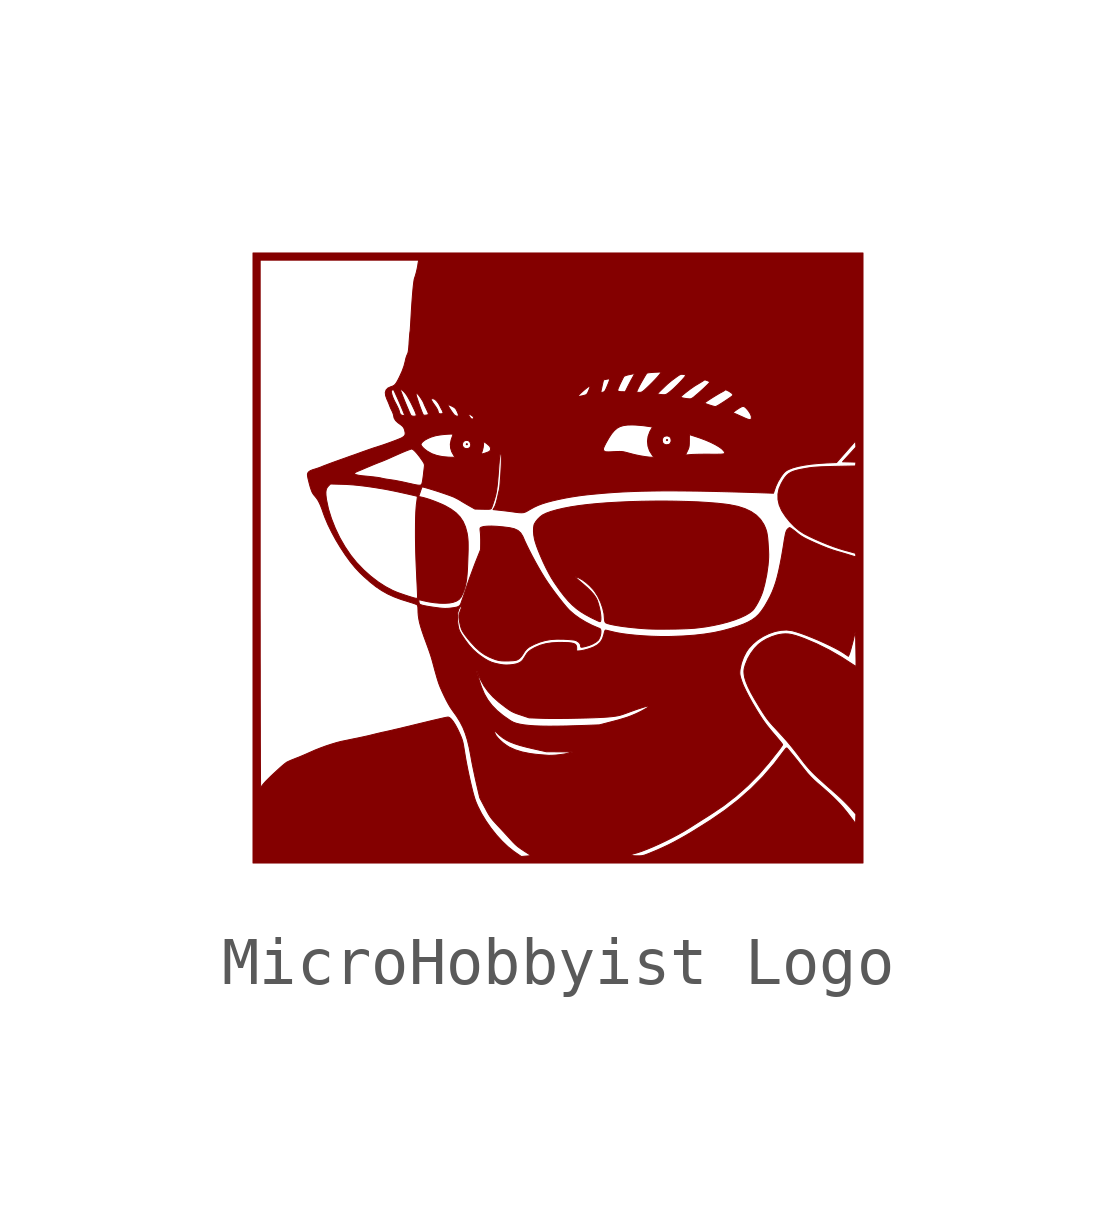
<source format=kicad_sym>
(kicad_symbol_lib
  (version 20220914)
  (generator kicad_symbol_editor)
  (symbol "MicroHobbyist Logo"
    (pin_names
      (offset 1.016))
    (property "Reference" "#G"
      (at 0 5.715 0)
      (effects (font (size 1.27 1.27)) hide))
    (symbol "MicroHobbyist Logo_0_0"
      (polyline (pts (xy -1.895 2.357) (xy -1.885 2.369) (xy -1.886 2.372) (xy -1.898 2.381) (xy -1.901 2.381) (xy -1.91 2.369) (xy -1.91 2.366) (xy -1.898 2.357) (xy -1.895 2.357)) (stroke (width 0.01) (type default)) (fill (type outline)))
      (polyline (pts (xy 2.272 2.444) (xy 2.282 2.456) (xy 2.282 2.459) (xy 2.27 2.468) (xy 2.267 2.468) (xy 2.257 2.456) (xy 2.257 2.453) (xy 2.27 2.443) (xy 2.272 2.444)) (stroke (width 0.01) (type default)) (fill (type outline)))
      (polyline (pts (xy 2.314 -1.481) (xy 2.438 -1.48) (xy 2.558 -1.477) (xy 2.668 -1.473) (xy 2.764 -1.468) (xy 2.84 -1.463) (xy 2.906 -1.456) (xy 3.073 -1.435) (xy 3.236 -1.406) (xy 3.393 -1.372) (xy 3.541 -1.333) (xy 3.677 -1.29) (xy 3.799 -1.243) (xy 3.904 -1.194) (xy 3.99 -1.143) (xy 4.054 -1.092) (xy 4.082 -1.058) (xy 4.122 -0.999) (xy 4.164 -0.926) (xy 4.204 -0.846) (xy 4.239 -0.765) (xy 4.266 -0.689) (xy 4.305 -0.544) (xy 4.346 -0.348) (xy 4.374 -0.15) (xy 4.375 -0.136) (xy 4.382 -0.059) (xy 4.386 0.009) (xy 4.387 0.077) (xy 4.384 0.152) (xy 4.379 0.244) (xy 4.373 0.338) (xy 4.366 0.419) (xy 4.357 0.485) (xy 4.347 0.539) (xy 4.333 0.587) (xy 4.316 0.633) (xy 4.294 0.682) (xy 4.284 0.703) (xy 4.217 0.804) (xy 4.13 0.892) (xy 4.021 0.967) (xy 3.892 1.028) (xy 3.742 1.076) (xy 3.572 1.11) (xy 3.487 1.122) (xy 3.315 1.141) (xy 3.123 1.156) (xy 2.914 1.169) (xy 2.692 1.177) (xy 2.459 1.183) (xy 2.22 1.186) (xy 1.976 1.185) (xy 1.731 1.181) (xy 1.489 1.174) (xy 1.252 1.163) (xy 1.024 1.15) (xy 0.807 1.133) (xy 0.605 1.113) (xy 0.422 1.09) (xy 0.261 1.065) (xy 0.11 1.036) (xy -0.026 1.004) (xy -0.145 0.97) (xy -0.243 0.935) (xy -0.318 0.898) (xy -0.325 0.894) (xy -0.373 0.857) (xy -0.423 0.808) (xy -0.465 0.755) (xy -0.493 0.707) (xy -0.5 0.687) (xy -0.509 0.629) (xy -0.511 0.558) (xy -0.505 0.479) (xy -0.491 0.398) (xy -0.477 0.343) (xy -0.447 0.25) (xy -0.407 0.144) (xy -0.359 0.029) (xy -0.307 -0.089) (xy -0.251 -0.206) (xy -0.193 -0.317) (xy -0.137 -0.417) (xy -0.083 -0.502) (xy -0.045 -0.558) (xy 0.047 -0.689) (xy 0.133 -0.8) (xy 0.215 -0.896) (xy 0.297 -0.979) (xy 0.381 -1.052) (xy 0.469 -1.116) (xy 0.566 -1.176) (xy 0.673 -1.234) (xy 0.716 -1.256) (xy 0.775 -1.284) (xy 0.823 -1.307) (xy 0.858 -1.322) (xy 0.875 -1.327) (xy 0.887 -1.317) (xy 0.893 -1.286) (xy 0.894 -1.239) (xy 0.889 -1.18) (xy 0.879 -1.112) (xy 0.864 -1.04) (xy 0.845 -0.966) (xy 0.823 -0.896) (xy 0.818 -0.882) (xy 0.788 -0.822) (xy 0.745 -0.76) (xy 0.687 -0.693) (xy 0.611 -0.619) (xy 0.516 -0.536) (xy 0.464 -0.492) (xy 0.413 -0.447) (xy 0.377 -0.413) (xy 0.356 -0.392) (xy 0.353 -0.384) (xy 0.361 -0.387) (xy 0.386 -0.396) (xy 0.422 -0.409) (xy 0.433 -0.414) (xy 0.506 -0.454) (xy 0.583 -0.51) (xy 0.66 -0.578) (xy 0.732 -0.655) (xy 0.764 -0.696) (xy 0.831 -0.801) (xy 0.887 -0.918) (xy 0.93 -1.04) (xy 0.958 -1.16) (xy 0.967 -1.273) (xy 0.968 -1.282) (xy 0.974 -1.319) (xy 0.986 -1.344) (xy 0.992 -1.349) (xy 1.026 -1.364) (xy 1.082 -1.379) (xy 1.155 -1.395) (xy 1.245 -1.411) (xy 1.349 -1.427) (xy 1.462 -1.441) (xy 1.584 -1.454) (xy 1.712 -1.466) (xy 1.842 -1.475) (xy 1.878 -1.477) (xy 1.968 -1.48) (xy 2.074 -1.482) (xy 2.191 -1.482) (xy 2.314 -1.481)) (stroke (width 0.01) (type default)) (fill (type outline)))
      (polyline (pts (xy 6.35 6.35) (xy -6.35 6.35) (xy -6.35 6.201) (xy -6.201 6.201) (xy -2.9 6.201) (xy -2.906 6.173) (xy -2.909 6.162) (xy -2.915 6.126) (xy -2.921 6.083) (xy -2.924 6.067) (xy -2.936 6.008) (xy -2.952 5.941) (xy -2.97 5.877) (xy -2.987 5.827) (xy -2.995 5.797) (xy -3.003 5.744) (xy -3.012 5.671) (xy -3.021 5.582) (xy -3.03 5.476) (xy -3.039 5.359) (xy -3.048 5.231) (xy -3.056 5.096) (xy -3.064 4.955) (xy -3.067 4.903) (xy -3.071 4.835) (xy -3.075 4.778) (xy -3.078 4.735) (xy -3.081 4.713) (xy -3.083 4.702) (xy -3.087 4.667) (xy -3.091 4.615) (xy -3.096 4.551) (xy -3.101 4.481) (xy -3.102 4.454) (xy -3.108 4.38) (xy -3.114 4.326) (xy -3.12 4.287) (xy -3.128 4.259) (xy -3.138 4.238) (xy -3.148 4.216) (xy -3.164 4.171) (xy -3.176 4.123) (xy -3.18 4.101) (xy -3.207 3.997) (xy -3.247 3.887) (xy -3.303 3.765) (xy -3.336 3.7) (xy -3.364 3.651) (xy -3.389 3.617) (xy -3.414 3.594) (xy -3.444 3.578) (xy -3.48 3.566) (xy -3.485 3.564) (xy -3.543 3.537) (xy -3.571 3.506) (xy -3.282 3.506) (xy -3.269 3.508) (xy -3.244 3.494) (xy -3.213 3.468) (xy -3.181 3.432) (xy -3.169 3.416) (xy -2.955 3.416) (xy -2.953 3.418) (xy -2.933 3.423) (xy -2.927 3.42) (xy -2.908 3.4) (xy -2.889 3.376) (xy 0.422 3.376) (xy 0.422 3.378) (xy 0.436 3.396) (xy 0.464 3.424) (xy 0.5 3.457) (xy 0.541 3.493) (xy 0.581 3.526) (xy 0.617 3.554) (xy 0.643 3.571) (xy 0.652 3.575) (xy 0.665 3.578) (xy 0.668 3.568) (xy 0.66 3.542) (xy 0.643 3.496) (xy 0.631 3.468) (xy 0.626 3.457) (xy 0.893 3.457) (xy 0.894 3.465) (xy 0.899 3.492) (xy 0.909 3.535) (xy 0.92 3.587) (xy 0.948 3.708) (xy 1.009 3.721) (xy 1.031 3.725) (xy 1.062 3.729) (xy 1.076 3.728) (xy 1.076 3.722) (xy 1.07 3.698) (xy 1.057 3.66) (xy 1.039 3.615) (xy 1.019 3.567) (xy 1 3.523) (xy 0.983 3.489) (xy 0.981 3.487) (xy 1.244 3.487) (xy 1.246 3.508) (xy 1.253 3.529) (xy 1.27 3.568) (xy 1.291 3.616) (xy 1.316 3.668) (xy 1.34 3.717) (xy 1.36 3.757) (xy 1.374 3.781) (xy 1.378 3.784) (xy 1.403 3.795) (xy 1.442 3.808) (xy 1.492 3.819) (xy 1.598 3.841) (xy 1.536 3.728) (xy 1.522 3.703) (xy 1.49 3.642) (xy 1.46 3.584) (xy 1.437 3.538) (xy 1.399 3.46) (xy 1.341 3.462) (xy 1.318 3.462) (xy 1.276 3.466) (xy 1.252 3.473) (xy 1.244 3.487) (xy 0.981 3.487) (xy 0.971 3.47) (xy 0.951 3.457) (xy 0.946 3.455) (xy 1.637 3.455) (xy 1.64 3.466) (xy 1.653 3.497) (xy 1.675 3.543) (xy 1.704 3.599) (xy 1.738 3.661) (xy 1.775 3.725) (xy 1.811 3.787) (xy 1.846 3.843) (xy 1.853 3.848) (xy 1.881 3.856) (xy 1.931 3.861) (xy 2.003 3.866) (xy 2.151 3.873) (xy 2.126 3.836) (xy 2.105 3.808) (xy 2.068 3.765) (xy 2.019 3.712) (xy 1.962 3.653) (xy 1.9 3.592) (xy 1.837 3.532) (xy 1.797 3.495) (xy 1.766 3.47) (xy 1.741 3.455) (xy 1.719 3.449) (xy 1.692 3.448) (xy 1.676 3.448) (xy 1.648 3.451) (xy 1.637 3.455) (xy 0.946 3.455) (xy 0.925 3.449) (xy 0.903 3.448) (xy 0.893 3.457) (xy 0.626 3.457) (xy 0.614 3.431) (xy 0.603 3.417) (xy 2.067 3.417) (xy 2.177 3.524) (xy 2.233 3.578) (xy 2.28 3.622) (xy 2.321 3.657) (xy 2.36 3.689) (xy 2.405 3.723) (xy 2.46 3.763) (xy 2.494 3.788) (xy 2.529 3.81) (xy 2.555 3.822) (xy 2.578 3.825) (xy 2.604 3.823) (xy 2.615 3.822) (xy 2.645 3.815) (xy 2.66 3.808) (xy 2.66 3.804) (xy 2.648 3.784) (xy 2.622 3.751) (xy 2.586 3.71) (xy 2.542 3.663) (xy 2.495 3.614) (xy 2.446 3.566) (xy 2.399 3.521) (xy 2.357 3.485) (xy 2.344 3.474) (xy 2.301 3.439) (xy 2.269 3.417) (xy 2.245 3.405) (xy 2.223 3.4) (xy 2.196 3.4) (xy 2.183 3.4) (xy 2.139 3.404) (xy 2.103 3.409) (xy 2.067 3.417) (xy 0.603 3.417) (xy 0.597 3.409) (xy 0.577 3.396) (xy 0.547 3.387) (xy 0.515 3.379) (xy 0.468 3.369) (xy 0.44 3.365) (xy 0.426 3.367) (xy 0.422 3.376) (xy -2.889 3.376) (xy -2.882 3.368) (xy -2.869 3.349) (xy 2.555 3.349) (xy 2.556 3.352) (xy 2.57 3.369) (xy 2.6 3.397) (xy 2.643 3.432) (xy 2.693 3.471) (xy 2.747 3.512) (xy 2.801 3.55) (xy 2.852 3.585) (xy 2.896 3.611) (xy 2.928 3.63) (xy 2.974 3.658) (xy 3.01 3.68) (xy 3.03 3.694) (xy 3.032 3.696) (xy 3.049 3.706) (xy 3.07 3.706) (xy 3.103 3.695) (xy 3.117 3.69) (xy 3.146 3.676) (xy 3.159 3.663) (xy 3.159 3.661) (xy 3.148 3.646) (xy 3.121 3.617) (xy 3.081 3.578) (xy 3.032 3.531) (xy 2.975 3.48) (xy 2.974 3.479) (xy 2.91 3.422) (xy 2.86 3.38) (xy 2.824 3.349) (xy 2.796 3.33) (xy 2.776 3.319) (xy 2.758 3.314) (xy 2.742 3.313) (xy 2.729 3.314) (xy 2.683 3.318) (xy 2.637 3.325) (xy 2.596 3.333) (xy 2.566 3.342) (xy 2.555 3.349) (xy -2.869 3.349) (xy -2.855 3.329) (xy -2.839 3.303) (xy -2.641 3.303) (xy -2.639 3.32) (xy -2.622 3.319) (xy -2.612 3.316) (xy -2.584 3.312) (xy -2.576 3.31) (xy -2.551 3.292) (xy -2.52 3.261) (xy -2.494 3.226) (xy 3.051 3.226) (xy 3.057 3.232) (xy 3.079 3.249) (xy 3.117 3.275) (xy 3.164 3.306) (xy 3.217 3.34) (xy 3.272 3.374) (xy 3.325 3.406) (xy 3.371 3.433) (xy 3.407 3.452) (xy 3.434 3.467) (xy 3.464 3.485) (xy 3.479 3.498) (xy 3.484 3.501) (xy 3.508 3.496) (xy 3.548 3.477) (xy 3.57 3.464) (xy 3.615 3.433) (xy 3.639 3.406) (xy 3.64 3.386) (xy 3.634 3.38) (xy 3.61 3.361) (xy 3.571 3.333) (xy 3.521 3.299) (xy 3.464 3.261) (xy 3.427 3.237) (xy 3.373 3.203) (xy 3.327 3.175) (xy 3.293 3.158) (xy 3.276 3.152) (xy 3.255 3.156) (xy 3.219 3.165) (xy 3.175 3.179) (xy 3.13 3.193) (xy 3.09 3.208) (xy 3.062 3.219) (xy 3.051 3.226) (xy -2.494 3.226) (xy -2.491 3.223) (xy -2.471 3.188) (xy -2.292 3.188) (xy -2.28 3.189) (xy -2.251 3.18) (xy -2.211 3.162) (xy -2.176 3.144) (xy -2.145 3.122) (xy -2.123 3.096) (xy -2.103 3.057) (xy -2.089 3.027) (xy -2.086 3.019) (xy 3.647 3.019) (xy 3.653 3.033) (xy 3.681 3.058) (xy 3.73 3.093) (xy 3.783 3.127) (xy 3.824 3.149) (xy 3.855 3.157) (xy 3.881 3.149) (xy 3.909 3.127) (xy 3.943 3.09) (xy 3.967 3.06) (xy 4.006 2.999) (xy 4.026 2.945) (xy 4.024 2.902) (xy 4.018 2.889) (xy 4.004 2.881) (xy 3.98 2.882) (xy 3.943 2.893) (xy 3.891 2.914) (xy 3.82 2.947) (xy 3.814 2.949) (xy 3.759 2.974) (xy 3.712 2.995) (xy 3.678 3.009) (xy 3.662 3.014) (xy 3.661 3.014) (xy 3.647 3.019) (xy -2.086 3.019) (xy -2.079 2.999) (xy -1.867 2.999) (xy -1.862 2.999) (xy -1.84 2.991) (xy -1.808 2.975) (xy -1.803 2.971) (xy -1.767 2.945) (xy -1.755 2.921) (xy -1.759 2.905) (xy -1.782 2.892) (xy -1.796 2.893) (xy -1.817 2.908) (xy -1.84 2.941) (xy -1.851 2.96) (xy -1.864 2.987) (xy -1.867 2.999) (xy -2.079 2.999) (xy -2.076 2.992) (xy -2.071 2.971) (xy -2.071 2.971) (xy -2.081 2.955) (xy -2.104 2.952) (xy -2.132 2.961) (xy -2.159 2.98) (xy -2.167 2.989) (xy -2.192 3.021) (xy -2.22 3.061) (xy -2.248 3.104) (xy -2.272 3.143) (xy -2.288 3.172) (xy -2.292 3.188) (xy -2.292 3.188) (xy -2.471 3.188) (xy -2.467 3.181) (xy -2.464 3.174) (xy -2.441 3.129) (xy -2.419 3.088) (xy -2.414 3.081) (xy -2.4 3.048) (xy -2.394 3.023) (xy -2.394 3.017) (xy -2.406 3.005) (xy -2.436 3.001) (xy -2.459 3.002) (xy -2.479 3.008) (xy -2.49 3.025) (xy -2.499 3.061) (xy -2.501 3.069) (xy -2.517 3.103) (xy -2.543 3.146) (xy -2.575 3.191) (xy -2.601 3.228) (xy -2.628 3.272) (xy -2.641 3.303) (xy -2.839 3.303) (xy -2.829 3.288) (xy -2.808 3.251) (xy -2.796 3.225) (xy -2.794 3.219) (xy -2.782 3.188) (xy -2.762 3.145) (xy -2.739 3.097) (xy -2.73 3.078) (xy -2.711 3.036) (xy -2.699 3.005) (xy -2.697 2.99) (xy -2.699 2.988) (xy -2.719 2.98) (xy -2.751 2.974) (xy -2.781 2.972) (xy -2.801 2.976) (xy -2.802 2.978) (xy -2.813 2.997) (xy -2.829 3.034) (xy -2.848 3.084) (xy -2.87 3.142) (xy -2.892 3.204) (xy -2.913 3.266) (xy -2.931 3.322) (xy -2.946 3.369) (xy -2.954 3.402) (xy -2.955 3.416) (xy -3.169 3.416) (xy -3.151 3.392) (xy -3.149 3.388) (xy -3.121 3.341) (xy -3.089 3.283) (xy -3.056 3.22) (xy -3.025 3.156) (xy -2.996 3.095) (xy -2.973 3.043) (xy -2.958 3.003) (xy -2.952 2.981) (xy -2.955 2.962) (xy -2.968 2.954) (xy -3 2.952) (xy -3.008 2.952) (xy -3.041 2.957) (xy -3.061 2.967) (xy -3.064 2.973) (xy -3.077 2.999) (xy -3.096 3.041) (xy -3.119 3.096) (xy -3.146 3.159) (xy -3.174 3.226) (xy -3.202 3.294) (xy -3.228 3.359) (xy -3.25 3.416) (xy -3.268 3.462) (xy -3.279 3.494) (xy -3.282 3.506) (xy -3.571 3.506) (xy -3.58 3.497) (xy -3.589 3.466) (xy -3.471 3.466) (xy -3.467 3.481) (xy -3.456 3.494) (xy -3.441 3.505) (xy -3.424 3.503) (xy -3.421 3.499) (xy -3.409 3.476) (xy -3.39 3.436) (xy -3.366 3.383) (xy -3.338 3.322) (xy -3.309 3.255) (xy -3.28 3.188) (xy -3.253 3.123) (xy -3.229 3.066) (xy -3.21 3.019) (xy -3.199 2.987) (xy -3.195 2.974) (xy -3.21 2.965) (xy -3.239 2.968) (xy -3.27 2.982) (xy -3.29 3.007) (xy -3.302 3.048) (xy -3.306 3.064) (xy -3.321 3.104) (xy -3.344 3.154) (xy -3.371 3.207) (xy -3.385 3.232) (xy -3.415 3.292) (xy -3.44 3.35) (xy -3.456 3.396) (xy -3.457 3.401) (xy -3.467 3.441) (xy -3.471 3.466) (xy -3.589 3.466) (xy -3.596 3.445) (xy -3.589 3.381) (xy -3.562 3.305) (xy -3.545 3.268) (xy -3.525 3.221) (xy -3.511 3.184) (xy -3.501 3.158) (xy -3.482 3.112) (xy -3.459 3.066) (xy -3.443 3.031) (xy -3.429 2.993) (xy -3.423 2.967) (xy -3.413 2.916) (xy -3.382 2.862) (xy -3.334 2.817) (xy -3.312 2.801) (xy -3.267 2.768) (xy -3.236 2.742) (xy -3.217 2.718) (xy -3.204 2.692) (xy -3.192 2.658) (xy -3.192 2.656) (xy -3.181 2.602) (xy -3.186 2.562) (xy -3.209 2.531) (xy -3.252 2.504) (xy -3.265 2.497) (xy -3.311 2.478) (xy -3.373 2.453) (xy -3.447 2.425) (xy -3.527 2.396) (xy -3.608 2.367) (xy -3.623 2.362) (xy -2.853 2.362) (xy -2.846 2.385) (xy -2.818 2.418) (xy -2.773 2.453) (xy -2.713 2.486) (xy -2.642 2.517) (xy -2.564 2.541) (xy -2.53 2.549) (xy -2.465 2.56) (xy -2.393 2.569) (xy -2.323 2.575) (xy -2.278 2.578) (xy -2.231 2.58) (xy -2.203 2.579) (xy -2.189 2.576) (xy -2.186 2.57) (xy -2.189 2.56) (xy -2.192 2.554) (xy -2.226 2.456) (xy -2.242 2.37) (xy -2.241 2.362) (xy -1.992 2.362) (xy -1.982 2.403) (xy -1.956 2.433) (xy -1.919 2.45) (xy -1.874 2.446) (xy -1.854 2.435) (xy -1.829 2.405) (xy -1.817 2.366) (xy -1.82 2.327) (xy -1.84 2.296) (xy -1.846 2.292) (xy -1.886 2.276) (xy -1.928 2.279) (xy -1.964 2.299) (xy -1.987 2.333) (xy -1.992 2.362) (xy -2.241 2.362) (xy -2.237 2.291) (xy -2.214 2.215) (xy -2.188 2.168) (xy -1.597 2.168) (xy -1.593 2.18) (xy -1.574 2.235) (xy -1.557 2.305) (xy -1.55 2.365) (xy -1.55 2.38) (xy -1.547 2.407) (xy -1.542 2.418) (xy -1.531 2.414) (xy -1.506 2.397) (xy -1.474 2.373) (xy -1.445 2.348) (xy -1.423 2.327) (xy -1.415 2.315) (xy -1.402 2.276) (xy -1.404 2.266) (xy 0.945 2.266) (xy 0.951 2.294) (xy 0.969 2.334) (xy 0.998 2.391) (xy 1 2.395) (xy 1.061 2.502) (xy 1.117 2.587) (xy 1.173 2.653) (xy 1.23 2.702) (xy 1.293 2.736) (xy 1.364 2.757) (xy 1.447 2.768) (xy 1.544 2.77) (xy 1.615 2.768) (xy 1.773 2.755) (xy 1.93 2.733) (xy 1.969 2.726) (xy 1.927 2.658) (xy 1.91 2.626) (xy 1.875 2.529) (xy 1.865 2.45) (xy 2.17 2.45) (xy 2.175 2.482) (xy 2.195 2.518) (xy 2.219 2.534) (xy 2.263 2.542) (xy 2.296 2.538) (xy 2.332 2.518) (xy 2.348 2.494) (xy 2.356 2.45) (xy 2.352 2.417) (xy 2.332 2.381) (xy 2.308 2.365) (xy 2.263 2.357) (xy 2.231 2.361) (xy 2.195 2.381) (xy 2.179 2.405) (xy 2.17 2.45) (xy 1.865 2.45) (xy 1.863 2.429) (xy 1.873 2.329) (xy 1.905 2.233) (xy 1.96 2.145) (xy 1.962 2.143) (xy 2.654 2.143) (xy 2.694 2.228) (xy 2.713 2.268) (xy 2.725 2.302) (xy 2.731 2.337) (xy 2.734 2.38) (xy 2.735 2.44) (xy 2.735 2.479) (xy 2.735 2.525) (xy 2.737 2.556) (xy 2.738 2.567) (xy 2.742 2.567) (xy 2.764 2.56) (xy 2.804 2.547) (xy 2.857 2.53) (xy 2.918 2.51) (xy 2.97 2.492) (xy 3.081 2.45) (xy 3.184 2.405) (xy 3.275 2.359) (xy 3.352 2.314) (xy 3.411 2.271) (xy 3.449 2.231) (xy 3.462 2.212) (xy 3.47 2.195) (xy 3.471 2.182) (xy 3.46 2.172) (xy 3.436 2.166) (xy 3.396 2.162) (xy 3.338 2.161) (xy 3.26 2.16) (xy 3.16 2.161) (xy 3.114 2.161) (xy 3.023 2.161) (xy 2.937 2.16) (xy 2.861 2.158) (xy 2.799 2.156) (xy 2.756 2.153) (xy 2.654 2.143) (xy 1.962 2.143) (xy 1.999 2.096) (xy 1.945 2.098) (xy 1.918 2.099) (xy 1.823 2.11) (xy 1.712 2.128) (xy 1.593 2.153) (xy 1.471 2.185) (xy 1.453 2.19) (xy 1.403 2.203) (xy 1.363 2.212) (xy 1.325 2.217) (xy 1.283 2.218) (xy 1.231 2.217) (xy 1.16 2.214) (xy 1.11 2.211) (xy 1.054 2.209) (xy 1.015 2.21) (xy 0.99 2.212) (xy 0.974 2.218) (xy 0.963 2.226) (xy 0.962 2.228) (xy 0.949 2.245) (xy 0.945 2.266) (xy -1.404 2.266) (xy -1.409 2.241) (xy -1.436 2.216) (xy -1.452 2.208) (xy -1.492 2.193) (xy -1.536 2.178) (xy -1.57 2.169) (xy -1.59 2.165) (xy -1.597 2.168) (xy -2.188 2.168) (xy -2.17 2.136) (xy -2.143 2.096) (xy -2.228 2.098) (xy -2.27 2.099) (xy -2.405 2.111) (xy -2.522 2.135) (xy -2.625 2.171) (xy -2.716 2.222) (xy -2.721 2.225) (xy -2.773 2.264) (xy -2.814 2.302) (xy -2.842 2.336) (xy -2.853 2.362) (xy -3.623 2.362) (xy -3.685 2.341) (xy -3.754 2.319) (xy -3.771 2.313) (xy -3.836 2.293) (xy -3.9 2.271) (xy -3.953 2.253) (xy -3.974 2.245) (xy -4.023 2.228) (xy -4.088 2.205) (xy -4.164 2.177) (xy -4.248 2.147) (xy -4.335 2.117) (xy -4.434 2.081) (xy -4.547 2.041) (xy -4.642 2.007) (xy -4.719 1.979) (xy -4.781 1.956) (xy -4.831 1.937) (xy -4.871 1.922) (xy -4.903 1.909) (xy -4.929 1.898) (xy -4.968 1.883) (xy -5.024 1.864) (xy -5.078 1.847) (xy -5.1 1.841) (xy -5.158 1.818) (xy -5.194 1.791) (xy -5.201 1.782) (xy -5.212 1.764) (xy -4.239 1.764) (xy -4.232 1.771) (xy -4.208 1.787) (xy -4.173 1.803) (xy -4.141 1.816) (xy -4.09 1.837) (xy -4.03 1.863) (xy -3.969 1.889) (xy -3.918 1.91) (xy -3.845 1.941) (xy -3.773 1.97) (xy -3.715 1.993) (xy -3.7 1.998) (xy -3.634 2.024) (xy -3.567 2.052) (xy -3.51 2.077) (xy -3.451 2.104) (xy -3.345 2.151) (xy -3.252 2.192) (xy -3.173 2.225) (xy -3.111 2.249) (xy -3.068 2.264) (xy -3.044 2.27) (xy -3.037 2.268) (xy -3.01 2.251) (xy -2.972 2.216) (xy -2.928 2.166) (xy -2.878 2.102) (xy -2.826 2.028) (xy -2.818 2.017) (xy -2.795 1.98) (xy -2.784 1.952) (xy -2.78 1.926) (xy -2.784 1.891) (xy -2.789 1.849) (xy -2.796 1.793) (xy -2.802 1.736) (xy -2.806 1.706) (xy -2.816 1.633) (xy -2.825 1.581) (xy -2.834 1.547) (xy -2.843 1.529) (xy -2.845 1.526) (xy -2.862 1.518) (xy -2.891 1.515) (xy -2.934 1.52) (xy -2.994 1.531) (xy -3.076 1.55) (xy -3.079 1.55) (xy -3.244 1.587) (xy -3.398 1.617) (xy -3.535 1.637) (xy -3.536 1.637) (xy -3.588 1.645) (xy -3.637 1.654) (xy -3.671 1.662) (xy -3.7 1.669) (xy -3.755 1.678) (xy -3.834 1.688) (xy -3.936 1.699) (xy -4.062 1.711) (xy -4.072 1.712) (xy -4.148 1.722) (xy -4.201 1.734) (xy -4.232 1.748) (xy -4.239 1.764) (xy -5.212 1.764) (xy -5.212 1.762) (xy -5.217 1.738) (xy -5.214 1.703) (xy -5.205 1.655) (xy -5.188 1.587) (xy -5.184 1.569) (xy -5.163 1.491) (xy -5.144 1.432) (xy -5.127 1.386) (xy -5.121 1.373) (xy -4.833 1.373) (xy -4.825 1.423) (xy -4.808 1.464) (xy -4.78 1.498) (xy -4.737 1.541) (xy -4.492 1.534) (xy -4.401 1.531) (xy -4.266 1.522) (xy -4.125 1.508) (xy -3.972 1.489) (xy -3.803 1.464) (xy -3.615 1.433) (xy -3.61 1.432) (xy -3.557 1.422) (xy -3.491 1.409) (xy -3.416 1.394) (xy -3.335 1.377) (xy -3.253 1.359) (xy -3.172 1.341) (xy -3.097 1.324) (xy -3.032 1.309) (xy -2.979 1.297) (xy -2.944 1.288) (xy -2.929 1.282) (xy -2.929 1.282) (xy -2.929 1.28) (xy -2.9 1.28) (xy -2.868 1.375) (xy -2.864 1.387) (xy -2.849 1.431) (xy -2.836 1.464) (xy -2.829 1.479) (xy -2.822 1.479) (xy -2.796 1.474) (xy -2.752 1.462) (xy -2.694 1.445) (xy -2.626 1.424) (xy -2.551 1.401) (xy -2.474 1.376) (xy -2.397 1.35) (xy -2.324 1.325) (xy -2.259 1.302) (xy -2.206 1.282) (xy -2.168 1.267) (xy -2.13 1.248) (xy -2.072 1.218) (xy -2.022 1.188) (xy -2.005 1.177) (xy -1.956 1.148) (xy -1.898 1.114) (xy -1.842 1.082) (xy -1.73 1.019) (xy -1.565 1.015) (xy -1.563 1.015) (xy -1.494 1.014) (xy -1.446 1.014) (xy -1.416 1.017) (xy -1.398 1.022) (xy -1.389 1.03) (xy -1.388 1.031) (xy -1.379 1.052) (xy -1.364 1.091) (xy -1.347 1.143) (xy -1.327 1.203) (xy -1.318 1.234) (xy -1.304 1.283) (xy -1.292 1.332) (xy -1.282 1.385) (xy -1.273 1.445) (xy -1.264 1.515) (xy -1.256 1.598) (xy -1.247 1.697) (xy -1.238 1.814) (xy -1.228 1.953) (xy -1.225 1.982) (xy -1.22 2.048) (xy -1.215 2.105) (xy -1.21 2.147) (xy -1.207 2.17) (xy -1.203 2.183) (xy -1.196 2.19) (xy -1.189 2.176) (xy -1.184 2.142) (xy -1.181 2.09) (xy -1.179 2.022) (xy -1.179 2.014) (xy -1.18 1.964) (xy -1.183 1.901) (xy -1.187 1.829) (xy -1.191 1.753) (xy -1.196 1.676) (xy -1.202 1.602) (xy -1.207 1.536) (xy -1.212 1.483) (xy -1.217 1.445) (xy -1.22 1.429) (xy -1.22 1.428) (xy -1.225 1.411) (xy -1.234 1.375) (xy -1.245 1.325) (xy -1.258 1.267) (xy -1.267 1.227) (xy -1.285 1.157) (xy -1.304 1.099) (xy -1.321 1.061) (xy -1.352 1.008) (xy -1.213 0.993) (xy -1.177 0.989) (xy -1.098 0.98) (xy -1.017 0.97) (xy -0.949 0.961) (xy -0.872 0.95) (xy -0.808 0.943) (xy -0.759 0.941) (xy -0.721 0.944) (xy -0.688 0.953) (xy -0.656 0.967) (xy -0.62 0.988) (xy -0.582 1.01) (xy -0.499 1.056) (xy -0.415 1.095) (xy -0.325 1.129) (xy -0.225 1.16) (xy -0.11 1.19) (xy 0.025 1.221) (xy 0.036 1.223) (xy 0.152 1.247) (xy 0.264 1.267) (xy 0.378 1.285) (xy 0.497 1.302) (xy 0.626 1.317) (xy 0.771 1.331) (xy 0.936 1.346) (xy 0.997 1.351) (xy 1.17 1.364) (xy 1.351 1.375) (xy 1.54 1.383) (xy 1.74 1.39) (xy 1.952 1.394) (xy 2.178 1.397) (xy 2.418 1.397) (xy 2.674 1.395) (xy 2.948 1.392) (xy 3.241 1.386) (xy 3.555 1.378) (xy 3.89 1.369) (xy 4.249 1.357) (xy 4.486 1.349) (xy 4.524 1.462) (xy 4.536 1.495) (xy 4.58 1.59) (xy 4.639 1.687) (xy 4.64 1.689) (xy 4.676 1.74) (xy 4.705 1.775) (xy 4.731 1.8) (xy 4.76 1.821) (xy 4.798 1.841) (xy 4.807 1.845) (xy 4.892 1.878) (xy 4.998 1.907) (xy 5.124 1.932) (xy 5.267 1.953) (xy 5.425 1.968) (xy 5.594 1.979) (xy 5.799 1.987) (xy 5.997 2.212) (xy 6.195 2.437) (xy 6.199 2.372) (xy 6.202 2.307) (xy 6.063 2.155) (xy 5.924 2.003) (xy 6.063 2) (xy 6.203 1.996) (xy 6.199 1.956) (xy 6.195 1.916) (xy 5.786 1.908) (xy 5.741 1.907) (xy 5.599 1.903) (xy 5.481 1.899) (xy 5.383 1.893) (xy 5.306 1.887) (xy 5.246 1.88) (xy 5.19 1.871) (xy 5.079 1.851) (xy 4.988 1.832) (xy 4.914 1.811) (xy 4.854 1.787) (xy 4.804 1.757) (xy 4.762 1.72) (xy 4.724 1.675) (xy 4.687 1.619) (xy 4.648 1.55) (xy 4.602 1.444) (xy 4.579 1.332) (xy 4.58 1.218) (xy 4.605 1.104) (xy 4.654 0.992) (xy 4.665 0.973) (xy 4.74 0.859) (xy 4.828 0.751) (xy 4.924 0.652) (xy 5.024 0.569) (xy 5.123 0.505) (xy 5.228 0.451) (xy 5.349 0.394) (xy 5.477 0.338) (xy 5.608 0.284) (xy 5.735 0.236) (xy 5.852 0.196) (xy 5.953 0.165) (xy 6.005 0.151) (xy 6.069 0.134) (xy 6.122 0.119) (xy 6.161 0.108) (xy 6.179 0.103) (xy 6.194 0.092) (xy 6.201 0.061) (xy 6.199 0.036) (xy 6.196 0.025) (xy 6.194 0.025) (xy 6.174 0.03) (xy 6.139 0.041) (xy 6.093 0.055) (xy 6.074 0.061) (xy 6.019 0.078) (xy 5.95 0.099) (xy 5.874 0.121) (xy 5.798 0.143) (xy 5.73 0.164) (xy 5.611 0.206) (xy 5.484 0.257) (xy 5.341 0.319) (xy 5.317 0.33) (xy 5.236 0.367) (xy 5.171 0.398) (xy 5.121 0.424) (xy 5.079 0.449) (xy 5.041 0.473) (xy 5.004 0.501) (xy 4.963 0.534) (xy 4.961 0.536) (xy 4.914 0.574) (xy 4.872 0.604) (xy 4.841 0.625) (xy 4.823 0.633) (xy 4.818 0.632) (xy 4.795 0.618) (xy 4.77 0.592) (xy 4.762 0.58) (xy 4.752 0.56) (xy 4.743 0.533) (xy 4.733 0.494) (xy 4.723 0.441) (xy 4.71 0.371) (xy 4.696 0.279) (xy 4.682 0.195) (xy 4.652 0.019) (xy 4.622 -0.136) (xy 4.593 -0.274) (xy 4.563 -0.396) (xy 4.532 -0.506) (xy 4.497 -0.608) (xy 4.46 -0.703) (xy 4.418 -0.794) (xy 4.37 -0.885) (xy 4.317 -0.979) (xy 4.29 -1.023) (xy 4.234 -1.104) (xy 4.177 -1.174) (xy 4.113 -1.234) (xy 4.041 -1.286) (xy 3.958 -1.333) (xy 3.859 -1.377) (xy 3.741 -1.42) (xy 3.603 -1.464) (xy 3.428 -1.512) (xy 3.244 -1.552) (xy 3.048 -1.583) (xy 2.838 -1.607) (xy 2.611 -1.623) (xy 2.363 -1.633) (xy 2.277 -1.635) (xy 2.116 -1.634) (xy 1.951 -1.629) (xy 1.787 -1.62) (xy 1.628 -1.608) (xy 1.478 -1.593) (xy 1.34 -1.575) (xy 1.22 -1.554) (xy 1.119 -1.531) (xy 1.091 -1.524) (xy 1.043 -1.512) (xy 1.007 -1.504) (xy 0.988 -1.501) (xy 0.98 -1.507) (xy 0.968 -1.535) (xy 0.956 -1.584) (xy 0.954 -1.595) (xy 0.926 -1.682) (xy 0.883 -1.752) (xy 0.821 -1.809) (xy 0.738 -1.855) (xy 0.686 -1.875) (xy 0.616 -1.898) (xy 0.546 -1.917) (xy 0.482 -1.93) (xy 0.433 -1.935) (xy 0.386 -1.935) (xy 0.389 -1.878) (xy 0.387 -1.847) (xy 0.378 -1.818) (xy 0.359 -1.796) (xy 0.327 -1.78) (xy 0.28 -1.769) (xy 0.216 -1.762) (xy 0.132 -1.759) (xy 0.025 -1.758) (xy 0.01 -1.758) (xy -0.131 -1.766) (xy -0.256 -1.785) (xy -0.371 -1.817) (xy -0.48 -1.864) (xy -0.502 -1.876) (xy -0.566 -1.913) (xy -0.613 -1.949) (xy -0.65 -1.991) (xy -0.683 -2.044) (xy -0.7 -2.072) (xy -0.731 -2.12) (xy -0.761 -2.152) (xy -0.796 -2.176) (xy -0.841 -2.196) (xy -0.867 -2.204) (xy -0.931 -2.217) (xy -1.003 -2.225) (xy -1.075 -2.228) (xy -1.135 -2.225) (xy -1.201 -2.216) (xy -1.296 -2.196) (xy -1.378 -2.172) (xy -1.454 -2.138) (xy -1.532 -2.093) (xy -1.619 -2.033) (xy -1.69 -1.978) (xy -1.773 -1.902) (xy -1.851 -1.816) (xy -1.928 -1.714) (xy -2.009 -1.594) (xy -2.02 -1.574) (xy -2.049 -1.521) (xy -2.067 -1.47) (xy -2.079 -1.408) (xy -2.091 -1.318) (xy -2.094 -1.217) (xy -2.085 -1.131) (xy -2.064 -1.061) (xy -2.033 -1.011) (xy -2.019 -0.998) (xy -2.007 -0.994) (xy -2.005 -1.009) (xy -2.014 -1.044) (xy -2.034 -1.101) (xy -2.042 -1.125) (xy -2.055 -1.164) (xy -2.062 -1.198) (xy -2.063 -1.233) (xy -2.059 -1.274) (xy -2.049 -1.329) (xy -2.033 -1.401) (xy -2.027 -1.428) (xy -2.013 -1.472) (xy -1.994 -1.515) (xy -1.966 -1.561) (xy -1.928 -1.615) (xy -1.875 -1.683) (xy -1.813 -1.757) (xy -1.716 -1.861) (xy -1.622 -1.946) (xy -1.528 -2.012) (xy -1.433 -2.062) (xy -1.372 -2.088) (xy -1.302 -2.115) (xy -1.24 -2.132) (xy -1.179 -2.141) (xy -1.11 -2.144) (xy -1.026 -2.143) (xy -0.989 -2.141) (xy -0.933 -2.138) (xy -0.893 -2.133) (xy -0.864 -2.127) (xy -0.841 -2.117) (xy -0.819 -2.104) (xy -0.802 -2.091) (xy -0.766 -2.054) (xy -0.736 -2.013) (xy -0.723 -1.99) (xy -0.685 -1.933) (xy -0.648 -1.891) (xy -0.606 -1.857) (xy -0.552 -1.827) (xy -0.488 -1.795) (xy -0.376 -1.75) (xy -0.265 -1.718) (xy -0.15 -1.698) (xy -0.025 -1.69) (xy 0.118 -1.691) (xy 0.143 -1.693) (xy 0.212 -1.697) (xy 0.274 -1.702) (xy 0.323 -1.707) (xy 0.353 -1.712) (xy 0.383 -1.723) (xy 0.429 -1.752) (xy 0.46 -1.787) (xy 0.471 -1.825) (xy 0.471 -1.83) (xy 0.472 -1.847) (xy 0.479 -1.856) (xy 0.495 -1.858) (xy 0.527 -1.853) (xy 0.578 -1.841) (xy 0.653 -1.819) (xy 0.726 -1.788) (xy 0.788 -1.752) (xy 0.833 -1.716) (xy 0.844 -1.702) (xy 0.866 -1.661) (xy 0.883 -1.613) (xy 0.892 -1.564) (xy 0.894 -1.519) (xy 0.887 -1.485) (xy 0.871 -1.468) (xy 0.842 -1.457) (xy 0.71 -1.401) (xy 0.578 -1.333) (xy 0.452 -1.257) (xy 0.339 -1.176) (xy 0.244 -1.093) (xy 0.225 -1.074) (xy 0.177 -1.021) (xy 0.119 -0.952) (xy 0.055 -0.872) (xy -0.012 -0.786) (xy -0.08 -0.696) (xy -0.145 -0.607) (xy -0.204 -0.522) (xy -0.255 -0.446) (xy -0.283 -0.402) (xy -0.344 -0.302) (xy -0.408 -0.192) (xy -0.472 -0.077) (xy -0.535 0.04) (xy -0.593 0.153) (xy -0.645 0.258) (xy -0.689 0.351) (xy -0.722 0.428) (xy -0.733 0.453) (xy -0.776 0.522) (xy -0.834 0.574) (xy -0.91 0.609) (xy -1.005 0.631) (xy -1.012 0.632) (xy -1.15 0.649) (xy -1.275 0.66) (xy -1.384 0.665) (xy -1.475 0.663) (xy -1.547 0.656) (xy -1.596 0.642) (xy -1.606 0.637) (xy -1.618 0.628) (xy -1.623 0.613) (xy -1.623 0.586) (xy -1.618 0.54) (xy -1.615 0.512) (xy -1.612 0.451) (xy -1.61 0.382) (xy -1.61 0.314) (xy -1.612 0.176) (xy -1.713 -0.076) (xy -1.719 -0.091) (xy -1.755 -0.186) (xy -1.795 -0.294) (xy -1.837 -0.408) (xy -1.876 -0.519) (xy -1.91 -0.62) (xy -1.929 -0.677) (xy -1.956 -0.757) (xy -1.981 -0.829) (xy -2.002 -0.888) (xy -2.017 -0.932) (xy -2.026 -0.957) (xy -2.033 -0.971) (xy -2.05 -0.993) (xy -2.075 -1.01) (xy -2.112 -1.023) (xy -2.165 -1.033) (xy -2.239 -1.043) (xy -2.265 -1.046) (xy -2.311 -1.049) (xy -2.356 -1.05) (xy -2.407 -1.047) (xy -2.469 -1.041) (xy -2.55 -1.03) (xy -2.583 -1.026) (xy -2.656 -1.015) (xy -2.724 -1.004) (xy -2.779 -0.993) (xy -2.817 -0.985) (xy -2.854 -0.973) (xy -2.877 -0.962) (xy -2.888 -0.946) (xy -2.894 -0.92) (xy -2.895 -0.914) (xy -2.898 -0.885) (xy -2.897 -0.871) (xy -2.885 -0.872) (xy -2.855 -0.877) (xy -2.814 -0.887) (xy -2.799 -0.891) (xy -2.684 -0.915) (xy -2.568 -0.932) (xy -2.454 -0.942) (xy -2.349 -0.943) (xy -2.256 -0.937) (xy -2.182 -0.922) (xy -2.115 -0.898) (xy -2.061 -0.864) (xy -2.019 -0.816) (xy -1.986 -0.75) (xy -1.981 -0.738) (xy -1.958 -0.679) (xy -1.939 -0.621) (xy -1.923 -0.562) (xy -1.911 -0.497) (xy -1.9 -0.424) (xy -1.892 -0.339) (xy -1.885 -0.239) (xy -1.88 -0.121) (xy -1.875 0.019) (xy -1.873 0.072) (xy -1.87 0.178) (xy -1.87 0.265) (xy -1.871 0.335) (xy -1.875 0.394) (xy -1.88 0.444) (xy -1.892 0.52) (xy -1.926 0.647) (xy -1.974 0.758) (xy -2.038 0.854) (xy -2.121 0.94) (xy -2.225 1.017) (xy -2.351 1.089) (xy -2.415 1.119) (xy -2.496 1.153) (xy -2.582 1.187) (xy -2.667 1.218) (xy -2.744 1.242) (xy -2.805 1.259) (xy -2.9 1.28) (xy -2.929 1.28) (xy -2.929 1.268) (xy -2.933 1.233) (xy -2.939 1.185) (xy -2.947 1.126) (xy -2.949 1.113) (xy -2.955 1.043) (xy -2.961 0.951) (xy -2.965 0.841) (xy -2.967 0.717) (xy -2.968 0.58) (xy -2.968 0.434) (xy -2.966 0.282) (xy -2.963 0.127) (xy -2.958 -0.028) (xy -2.952 -0.18) (xy -2.95 -0.221) (xy -2.945 -0.322) (xy -2.941 -0.423) (xy -2.936 -0.518) (xy -2.932 -0.602) (xy -2.929 -0.667) (xy -2.927 -0.711) (xy -2.925 -0.768) (xy -2.925 -0.806) (xy -2.928 -0.829) (xy -2.932 -0.84) (xy -2.939 -0.842) (xy -2.961 -0.839) (xy -3.004 -0.828) (xy -3.061 -0.811) (xy -3.128 -0.79) (xy -3.201 -0.766) (xy -3.273 -0.741) (xy -3.342 -0.717) (xy -3.441 -0.675) (xy -3.592 -0.595) (xy -3.745 -0.496) (xy -3.897 -0.379) (xy -4.044 -0.248) (xy -4.182 -0.104) (xy -4.188 -0.099) (xy -4.315 0.059) (xy -4.434 0.235) (xy -4.543 0.424) (xy -4.637 0.621) (xy -4.716 0.821) (xy -4.778 1.02) (xy -4.819 1.213) (xy -4.821 1.227) (xy -4.831 1.309) (xy -4.833 1.373) (xy -5.121 1.373) (xy -5.109 1.35) (xy -5.088 1.318) (xy -5.061 1.286) (xy -5.06 1.285) (xy -5.027 1.244) (xy -4.998 1.201) (xy -4.972 1.152) (xy -4.945 1.093) (xy -4.916 1.018) (xy -4.883 0.923) (xy -4.856 0.85) (xy -4.792 0.698) (xy -4.714 0.539) (xy -4.627 0.378) (xy -4.531 0.219) (xy -4.431 0.067) (xy -4.329 -0.074) (xy -4.227 -0.199) (xy -4.128 -0.305) (xy -4.041 -0.388) (xy -3.913 -0.501) (xy -3.791 -0.598) (xy -3.67 -0.679) (xy -3.546 -0.749) (xy -3.414 -0.809) (xy -3.27 -0.863) (xy -3.109 -0.913) (xy -3.097 -0.917) (xy -3.038 -0.935) (xy -2.987 -0.952) (xy -2.95 -0.967) (xy -2.932 -0.977) (xy -2.924 -0.99) (xy -2.917 -1.027) (xy -2.915 -1.087) (xy -2.914 -1.131) (xy -2.909 -1.197) (xy -2.899 -1.266) (xy -2.884 -1.34) (xy -2.862 -1.423) (xy -2.832 -1.519) (xy -2.794 -1.63) (xy -2.746 -1.761) (xy -2.737 -1.786) (xy -2.705 -1.873) (xy -2.68 -1.944) (xy -2.659 -2.006) (xy -2.641 -2.062) (xy -2.624 -2.12) (xy -2.606 -2.185) (xy -2.585 -2.263) (xy -2.585 -2.264) (xy -2.565 -2.338) (xy -1.698 -2.338) (xy -1.698 -2.337) (xy -1.692 -2.347) (xy -1.679 -2.375) (xy -1.661 -2.418) (xy -1.639 -2.472) (xy -1.605 -2.547) (xy -1.538 -2.667) (xy -1.455 -2.781) (xy -1.354 -2.892) (xy -1.233 -3.001) (xy -1.089 -3.112) (xy -1.04 -3.147) (xy -0.993 -3.179) (xy -0.95 -3.203) (xy -0.905 -3.224) (xy -0.85 -3.245) (xy -0.778 -3.269) (xy -0.602 -3.328) (xy -0.353 -3.337) (xy -0.293 -3.339) (xy -0.19 -3.341) (xy -0.073 -3.341) (xy 0.055 -3.341) (xy 0.19 -3.34) (xy 0.329 -3.337) (xy 0.467 -3.334) (xy 0.603 -3.331) (xy 0.731 -3.327) (xy 0.848 -3.322) (xy 0.952 -3.317) (xy 1.037 -3.311) (xy 1.102 -3.305) (xy 1.121 -3.303) (xy 1.187 -3.295) (xy 1.24 -3.286) (xy 1.29 -3.275) (xy 1.342 -3.259) (xy 1.403 -3.238) (xy 1.48 -3.21) (xy 1.503 -3.201) (xy 1.582 -3.173) (xy 1.659 -3.146) (xy 1.731 -3.123) (xy 1.794 -3.103) (xy 1.845 -3.089) (xy 1.88 -3.081) (xy 1.894 -3.081) (xy 1.894 -3.087) (xy 1.876 -3.104) (xy 1.842 -3.127) (xy 1.794 -3.155) (xy 1.736 -3.187) (xy 1.672 -3.219) (xy 1.605 -3.25) (xy 1.581 -3.26) (xy 1.509 -3.29) (xy 1.435 -3.317) (xy 1.354 -3.342) (xy 1.26 -3.37) (xy 1.147 -3.4) (xy 0.862 -3.474) (xy 0.571 -3.485) (xy 0.407 -3.49) (xy 0.186 -3.497) (xy -0.012 -3.5) (xy -0.189 -3.501) (xy -0.346 -3.499) (xy -0.483 -3.494) (xy -0.603 -3.485) (xy -0.705 -3.474) (xy -0.792 -3.459) (xy -0.865 -3.442) (xy -0.925 -3.421) (xy -0.972 -3.396) (xy -0.985 -3.389) (xy -1.136 -3.285) (xy -1.264 -3.18) (xy -1.372 -3.07) (xy -1.461 -2.953) (xy -1.533 -2.828) (xy -1.59 -2.691) (xy -1.591 -2.689) (xy -1.611 -2.632) (xy -1.632 -2.568) (xy -1.652 -2.504) (xy -1.67 -2.444) (xy -1.685 -2.393) (xy -1.695 -2.356) (xy -1.698 -2.338) (xy -2.565 -2.338) (xy -2.564 -2.342) (xy -2.54 -2.426) (xy -2.517 -2.507) (xy -2.496 -2.573) (xy -2.485 -2.607) (xy -2.454 -2.688) (xy -2.415 -2.777) (xy -2.372 -2.869) (xy -2.327 -2.96) (xy -2.282 -3.043) (xy -2.24 -3.114) (xy -2.204 -3.166) (xy -2.199 -3.174) (xy -2.113 -3.293) (xy -2.041 -3.409) (xy -1.98 -3.528) (xy -1.958 -3.583) (xy -1.335 -3.583) (xy -1.325 -3.587) (xy -1.301 -3.611) (xy -1.282 -3.63) (xy -1.218 -3.691) (xy -1.152 -3.743) (xy -1.08 -3.789) (xy -0.999 -3.83) (xy -0.905 -3.867) (xy -0.797 -3.902) (xy -0.67 -3.936) (xy -0.522 -3.971) (xy -0.242 -4.034) (xy 0.033 -4.035) (xy 0.072 -4.036) (xy 0.147 -4.036) (xy 0.212 -4.037) (xy 0.262 -4.038) (xy 0.295 -4.038) (xy 0.306 -4.039) (xy 0.294 -4.043) (xy 0.264 -4.051) (xy 0.223 -4.062) (xy 0.202 -4.067) (xy 0.13 -4.081) (xy 0.045 -4.093) (xy -0.043 -4.103) (xy -0.125 -4.108) (xy -0.192 -4.109) (xy -0.207 -4.108) (xy -0.256 -4.104) (xy -0.319 -4.099) (xy -0.391 -4.093) (xy -0.465 -4.086) (xy -0.581 -4.071) (xy -0.745 -4.038) (xy -0.891 -3.993) (xy -1.016 -3.936) (xy -1.023 -3.932) (xy -1.081 -3.894) (xy -1.142 -3.849) (xy -1.199 -3.799) (xy -1.248 -3.749) (xy -1.286 -3.703) (xy -1.307 -3.666) (xy -1.31 -3.655) (xy -1.324 -3.618) (xy -1.334 -3.59) (xy -1.335 -3.583) (xy -1.958 -3.583) (xy -1.93 -3.654) (xy -1.887 -3.791) (xy -1.85 -3.944) (xy -1.817 -4.117) (xy -1.812 -4.146) (xy -1.795 -4.241) (xy -1.773 -4.351) (xy -1.749 -4.466) (xy -1.725 -4.579) (xy -1.702 -4.682) (xy -1.629 -4.993) (xy -1.522 -5.197) (xy -1.52 -5.199) (xy -1.482 -5.272) (xy -1.45 -5.329) (xy -1.421 -5.376) (xy -1.391 -5.417) (xy -1.357 -5.46) (xy -1.313 -5.509) (xy -1.256 -5.571) (xy -1.221 -5.608) (xy -1.157 -5.677) (xy -1.091 -5.749) (xy -1.03 -5.815) (xy -0.98 -5.87) (xy -0.938 -5.916) (xy -0.887 -5.967) (xy -0.837 -6.01) (xy -0.781 -6.051) (xy -0.711 -6.098) (xy -0.688 -6.113) (xy -0.638 -6.145) (xy -0.598 -6.172) (xy -0.588 -6.178) (xy 1.53 -6.178) (xy 1.54 -6.17) (xy 1.566 -6.161) (xy 1.612 -6.148) (xy 1.639 -6.141) (xy 1.737 -6.109) (xy 1.85 -6.066) (xy 1.975 -6.014) (xy 2.107 -5.955) (xy 2.242 -5.891) (xy 2.376 -5.824) (xy 2.504 -5.756) (xy 2.623 -5.689) (xy 2.728 -5.625) (xy 2.808 -5.574) (xy 2.902 -5.514) (xy 3.002 -5.45) (xy 3.1 -5.389) (xy 3.187 -5.333) (xy 3.448 -5.158) (xy 3.705 -4.958) (xy 3.949 -4.742) (xy 4.176 -4.512) (xy 4.383 -4.273) (xy 4.46 -4.177) (xy 4.524 -4.095) (xy 4.576 -4.03) (xy 4.615 -3.979) (xy 4.643 -3.94) (xy 4.662 -3.912) (xy 4.673 -3.894) (xy 4.676 -3.884) (xy 4.674 -3.88) (xy 4.66 -3.859) (xy 4.632 -3.824) (xy 4.594 -3.778) (xy 4.548 -3.723) (xy 4.495 -3.662) (xy 4.42 -3.573) (xy 4.338 -3.47) (xy 4.266 -3.37) (xy 4.199 -3.268) (xy 4.13 -3.157) (xy 4.043 -3.01) (xy 3.969 -2.876) (xy 3.907 -2.755) (xy 3.858 -2.651) (xy 3.825 -2.564) (xy 3.822 -2.554) (xy 3.803 -2.496) (xy 3.792 -2.453) (xy 3.786 -2.417) (xy 3.785 -2.382) (xy 3.788 -2.34) (xy 3.792 -2.311) (xy 3.818 -2.19) (xy 3.862 -2.068) (xy 3.921 -1.953) (xy 3.971 -1.881) (xy 4.058 -1.787) (xy 4.159 -1.703) (xy 4.271 -1.632) (xy 4.391 -1.574) (xy 4.514 -1.531) (xy 4.638 -1.506) (xy 4.758 -1.499) (xy 4.871 -1.513) (xy 4.876 -1.514) (xy 4.961 -1.538) (xy 5.063 -1.571) (xy 5.177 -1.613) (xy 5.299 -1.662) (xy 5.424 -1.714) (xy 5.548 -1.77) (xy 5.666 -1.826) (xy 5.774 -1.88) (xy 5.868 -1.931) (xy 5.942 -1.977) (xy 6.046 -2.047) (xy 6.068 -1.996) (xy 6.078 -1.967) (xy 6.094 -1.915) (xy 6.113 -1.845) (xy 6.135 -1.764) (xy 6.157 -1.675) (xy 6.178 -1.581) (xy 6.183 -1.562) (xy 6.187 -1.551) (xy 6.19 -1.55) (xy 6.192 -1.561) (xy 6.194 -1.587) (xy 6.196 -1.63) (xy 6.198 -1.692) (xy 6.199 -1.774) (xy 6.201 -1.879) (xy 6.202 -1.913) (xy 6.203 -2.004) (xy 6.204 -2.085) (xy 6.205 -2.154) (xy 6.205 -2.208) (xy 6.205 -2.242) (xy 6.205 -2.255) (xy 6.2 -2.254) (xy 6.18 -2.243) (xy 6.149 -2.223) (xy 5.905 -2.065) (xy 5.643 -1.914) (xy 5.383 -1.785) (xy 5.13 -1.678) (xy 5.043 -1.646) (xy 4.95 -1.615) (xy 4.87 -1.594) (xy 4.8 -1.582) (xy 4.735 -1.579) (xy 4.67 -1.583) (xy 4.6 -1.594) (xy 4.556 -1.604) (xy 4.451 -1.638) (xy 4.346 -1.684) (xy 4.25 -1.74) (xy 4.171 -1.8) (xy 4.093 -1.881) (xy 4.016 -1.984) (xy 3.952 -2.094) (xy 3.906 -2.205) (xy 3.894 -2.241) (xy 3.88 -2.29) (xy 3.873 -2.329) (xy 3.871 -2.367) (xy 3.874 -2.413) (xy 3.886 -2.487) (xy 3.915 -2.579) (xy 3.959 -2.685) (xy 4.02 -2.808) (xy 4.098 -2.946) (xy 4.192 -3.102) (xy 4.224 -3.154) (xy 4.273 -3.231) (xy 4.315 -3.294) (xy 4.353 -3.348) (xy 4.39 -3.396) (xy 4.431 -3.444) (xy 4.477 -3.496) (xy 4.534 -3.557) (xy 4.607 -3.637) (xy 4.692 -3.729) (xy 4.767 -3.814) (xy 4.837 -3.897) (xy 4.906 -3.983) (xy 4.98 -4.077) (xy 5.062 -4.186) (xy 5.085 -4.216) (xy 5.127 -4.271) (xy 5.168 -4.321) (xy 5.208 -4.368) (xy 5.25 -4.415) (xy 5.296 -4.463) (xy 5.349 -4.516) (xy 5.41 -4.573) (xy 5.481 -4.638) (xy 5.565 -4.714) (xy 5.664 -4.801) (xy 5.779 -4.902) (xy 5.823 -4.941) (xy 5.894 -5.007) (xy 5.965 -5.076) (xy 6.029 -5.141) (xy 6.081 -5.196) (xy 6.202 -5.333) (xy 6.199 -5.431) (xy 6.195 -5.528) (xy 6.046 -5.331) (xy 5.999 -5.271) (xy 5.938 -5.197) (xy 5.873 -5.124) (xy 5.801 -5.05) (xy 5.72 -4.97) (xy 5.627 -4.884) (xy 5.519 -4.788) (xy 5.394 -4.681) (xy 5.326 -4.62) (xy 5.258 -4.552) (xy 5.192 -4.479) (xy 5.121 -4.391) (xy 5.078 -4.336) (xy 5.025 -4.269) (xy 4.971 -4.201) (xy 4.917 -4.135) (xy 4.867 -4.074) (xy 4.824 -4.022) (xy 4.791 -3.983) (xy 4.77 -3.959) (xy 4.767 -3.956) (xy 4.755 -3.955) (xy 4.738 -3.97) (xy 4.713 -4.003) (xy 4.711 -4.005) (xy 4.498 -4.285) (xy 4.27 -4.549) (xy 4.024 -4.797) (xy 3.76 -5.031) (xy 3.476 -5.251) (xy 3.172 -5.46) (xy 3.112 -5.498) (xy 2.947 -5.602) (xy 2.799 -5.694) (xy 2.663 -5.775) (xy 2.537 -5.846) (xy 2.418 -5.911) (xy 2.303 -5.97) (xy 2.188 -6.024) (xy 2.071 -6.077) (xy 1.948 -6.128) (xy 1.905 -6.146) (xy 1.848 -6.168) (xy 1.804 -6.184) (xy 1.768 -6.194) (xy 1.736 -6.199) (xy 1.699 -6.201) (xy 1.655 -6.201) (xy 1.627 -6.201) (xy 1.581 -6.199) (xy 1.547 -6.195) (xy 1.532 -6.19) (xy 1.531 -6.187) (xy 1.53 -6.178) (xy -0.588 -6.178) (xy -0.572 -6.19) (xy -0.562 -6.196) (xy -0.564 -6.197) (xy -0.582 -6.199) (xy -0.617 -6.202) (xy -0.664 -6.206) (xy -0.763 -6.215) (xy -0.903 -6.119) (xy -0.921 -6.106) (xy -1.041 -6.011) (xy -1.162 -5.896) (xy -1.281 -5.766) (xy -1.394 -5.624) (xy -1.498 -5.475) (xy -1.591 -5.322) (xy -1.668 -5.17) (xy -1.679 -5.145) (xy -1.7 -5.097) (xy -1.718 -5.05) (xy -1.735 -4.999) (xy -1.752 -4.941) (xy -1.771 -4.872) (xy -1.792 -4.787) (xy -1.817 -4.682) (xy -1.83 -4.625) (xy -1.855 -4.511) (xy -1.88 -4.392) (xy -1.903 -4.274) (xy -1.923 -4.166) (xy -1.938 -4.074) (xy -1.94 -4.061) (xy -1.954 -3.975) (xy -1.965 -3.908) (xy -1.975 -3.855) (xy -1.986 -3.811) (xy -1.998 -3.771) (xy -2.013 -3.731) (xy -2.033 -3.684) (xy -2.058 -3.628) (xy -2.089 -3.562) (xy -2.134 -3.478) (xy -2.178 -3.408) (xy -2.219 -3.356) (xy -2.256 -3.323) (xy -2.286 -3.311) (xy -2.303 -3.313) (xy -2.334 -3.318) (xy -2.382 -3.328) (xy -2.447 -3.343) (xy -2.53 -3.362) (xy -2.633 -3.386) (xy -2.756 -3.416) (xy -2.902 -3.451) (xy -3.07 -3.492) (xy -3.085 -3.496) (xy -3.187 -3.52) (xy -3.288 -3.545) (xy -3.385 -3.567) (xy -3.472 -3.588) (xy -3.544 -3.604) (xy -3.597 -3.616) (xy -3.655 -3.628) (xy -3.732 -3.646) (xy -3.804 -3.663) (xy -3.863 -3.678) (xy -3.872 -3.68) (xy -3.904 -3.688) (xy -3.939 -3.697) (xy -3.981 -3.706) (xy -4.03 -3.717) (xy -4.091 -3.73) (xy -4.165 -3.746) (xy -4.255 -3.764) (xy -4.365 -3.787) (xy -4.496 -3.814) (xy -4.52 -3.819) (xy -4.612 -3.843) (xy -4.718 -3.875) (xy -4.832 -3.912) (xy -4.946 -3.954) (xy -5.055 -3.997) (xy -5.152 -4.04) (xy -5.166 -4.046) (xy -5.242 -4.08) (xy -5.321 -4.114) (xy -5.395 -4.145) (xy -5.455 -4.168) (xy -5.492 -4.183) (xy -5.553 -4.207) (xy -5.607 -4.231) (xy -5.646 -4.25) (xy -5.656 -4.257) (xy -5.691 -4.283) (xy -5.738 -4.322) (xy -5.794 -4.371) (xy -5.855 -4.427) (xy -5.919 -4.486) (xy -5.982 -4.545) (xy -6.039 -4.602) (xy -6.089 -4.652) (xy -6.126 -4.694) (xy -6.149 -4.722) (xy -6.157 -4.734) (xy -6.178 -4.763) (xy -6.191 -4.78) (xy -6.191 -4.78) (xy -6.191 -4.763) (xy -6.192 -4.721) (xy -6.193 -4.657) (xy -6.194 -4.57) (xy -6.194 -4.462) (xy -6.195 -4.333) (xy -6.196 -4.183) (xy -6.196 -4.015) (xy -6.197 -3.827) (xy -6.197 -3.622) (xy -6.198 -3.4) (xy -6.198 -3.161) (xy -6.199 -2.907) (xy -6.199 -2.638) (xy -6.199 -2.355) (xy -6.2 -2.058) (xy -6.2 -1.749) (xy -6.2 -1.428) (xy -6.201 -1.096) (xy -6.201 -0.754) (xy -6.201 -0.402) (xy -6.201 -0.041) (xy -6.201 0.328) (xy -6.201 6.201) (xy -6.35 6.201) (xy -6.35 -6.35) (xy 6.35 -6.35) (xy 6.35 6.35)) (stroke (width 0.01) (type default)) (fill (type outline))))))
</source>
